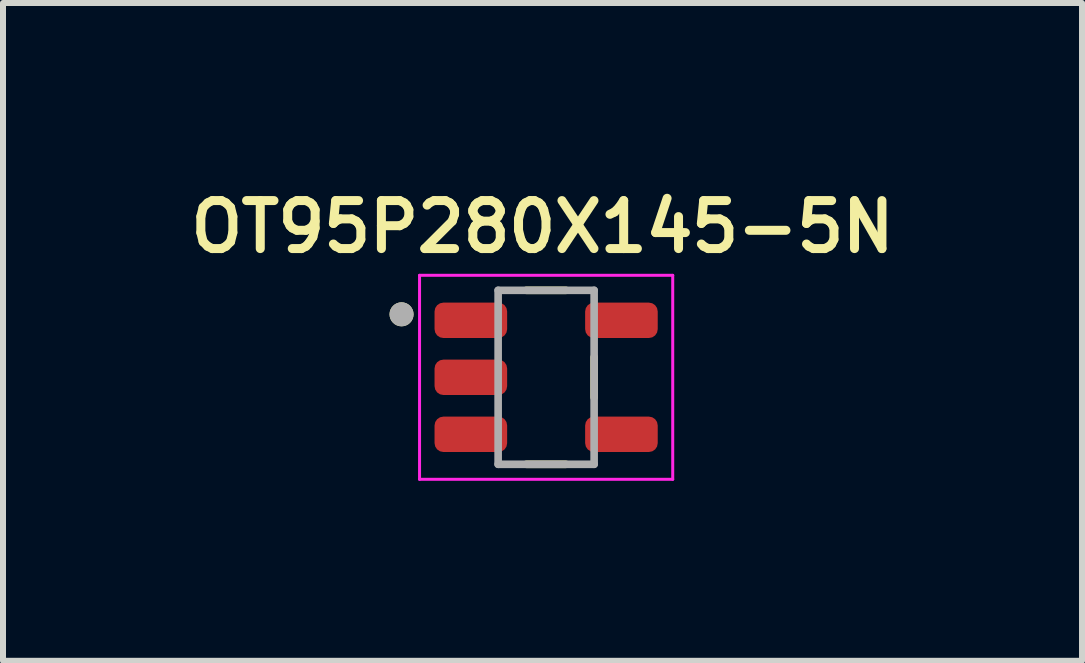
<source format=kicad_pcb>
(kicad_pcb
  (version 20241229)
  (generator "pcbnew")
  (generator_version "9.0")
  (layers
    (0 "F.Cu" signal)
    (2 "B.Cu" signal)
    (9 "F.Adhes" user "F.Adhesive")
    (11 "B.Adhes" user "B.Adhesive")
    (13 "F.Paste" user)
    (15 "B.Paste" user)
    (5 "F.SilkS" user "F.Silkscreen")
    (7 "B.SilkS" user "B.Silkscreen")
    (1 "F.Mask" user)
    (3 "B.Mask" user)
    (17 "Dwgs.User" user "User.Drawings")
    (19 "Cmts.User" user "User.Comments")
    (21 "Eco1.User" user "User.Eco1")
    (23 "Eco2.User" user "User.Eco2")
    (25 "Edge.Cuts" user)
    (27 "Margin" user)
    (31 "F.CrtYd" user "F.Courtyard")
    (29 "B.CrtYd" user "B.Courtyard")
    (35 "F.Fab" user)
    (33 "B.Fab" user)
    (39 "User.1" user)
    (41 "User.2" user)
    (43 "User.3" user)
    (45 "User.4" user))
  (footprint "OT95P280X145-5N"
    (layer "F.Cu")
    (at 6.053 3.239)
    (property "Reference" "OT95P280X145-5N" (at -0.06 -2.508 0) (layer "F.SilkS") (effects (font (size 0.8 0.8) (thickness 0.15))))
    (attr smd)
    (fp_line (start -0.33 -1.45) (end 0.33 -1.45) (stroke (width 0.127) (type solid)) (layer "F.SilkS"))
    (fp_line (start 0.33 1.45) (end -0.33 1.45) (stroke (width 0.127) (type solid)) (layer "F.SilkS"))
    (fp_line (start 0.8 -0.335) (end 0.8 0.335) (stroke (width 0.127) (type solid)) (layer "F.SilkS"))
    (fp_circle (center -2.41 -1.05) (end -2.31 -1.05) (stroke (width 0.2) (type solid)) (fill no) (layer "F.SilkS"))
    (fp_line (start -2.11 -1.7) (end 2.11 -1.7) (stroke (width 0.05) (type solid)) (layer "F.CrtYd"))
    (fp_line (start -2.11 1.7) (end -2.11 -1.7) (stroke (width 0.05) (type solid)) (layer "F.CrtYd"))
    (fp_line (start 2.11 -1.7) (end 2.11 1.7) (stroke (width 0.05) (type solid)) (layer "F.CrtYd"))
    (fp_line (start 2.11 1.7) (end -2.11 1.7) (stroke (width 0.05) (type solid)) (layer "F.CrtYd"))
    (fp_line (start -0.8 -1.45) (end 0.8 -1.45) (stroke (width 0.127) (type solid)) (layer "F.Fab"))
    (fp_line (start -0.8 1.45) (end -0.8 -1.45) (stroke (width 0.127) (type solid)) (layer "F.Fab"))
    (fp_line (start 0.8 -1.45) (end 0.8 1.45) (stroke (width 0.127) (type solid)) (layer "F.Fab"))
    (fp_line (start 0.8 1.45) (end -0.8 1.45) (stroke (width 0.127) (type solid)) (layer "F.Fab"))
    (fp_circle (center -2.41 -1.05) (end -2.31 -1.05) (stroke (width 0.2) (type solid)) (fill no) (layer "F.Fab"))
    (pad "1" smd roundrect (at -1.255 -0.95) (size 1.21 0.59) (layers "F.Cu" "F.Mask" "F.Paste") (roundrect_rratio 0.25))
    (pad "2" smd roundrect (at -1.255 0) (size 1.21 0.59) (layers "F.Cu" "F.Mask" "F.Paste") (roundrect_rratio 0.25))
    (pad "3" smd roundrect (at -1.255 0.95) (size 1.21 0.59) (layers "F.Cu" "F.Mask" "F.Paste") (roundrect_rratio 0.25))
    (pad "4" smd roundrect (at 1.255 0.95) (size 1.21 0.59) (layers "F.Cu" "F.Mask" "F.Paste") (roundrect_rratio 0.25))
    (pad "5" smd roundrect (at 1.255 -0.95) (size 1.21 0.59) (layers "F.Cu" "F.Mask" "F.Paste") (roundrect_rratio 0.25)))
  (gr_rect
    (start -3 -3)
    (end 14.985 7.964)
    (stroke (width 0.1) (type default))
    (fill no)
    (layer "Edge.Cuts")))
</source>
